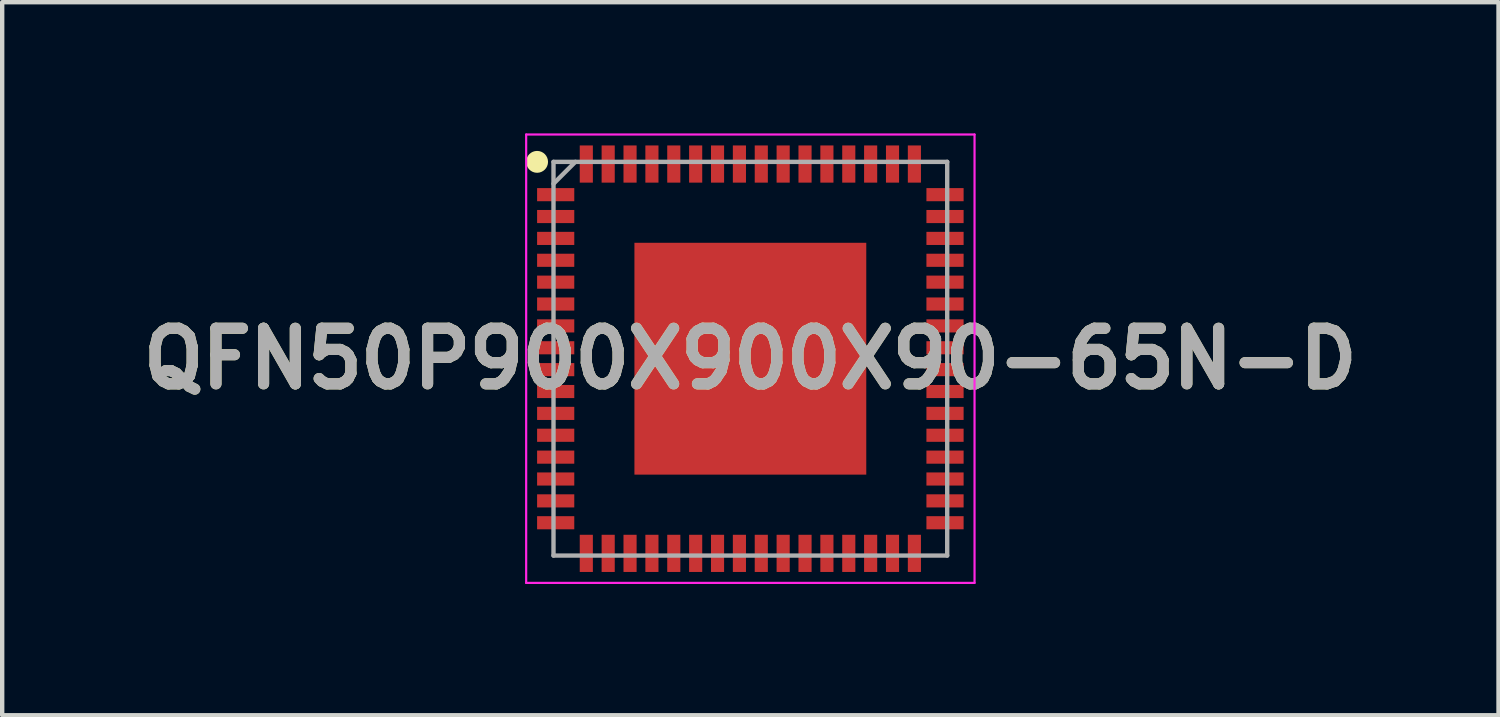
<source format=kicad_pcb>
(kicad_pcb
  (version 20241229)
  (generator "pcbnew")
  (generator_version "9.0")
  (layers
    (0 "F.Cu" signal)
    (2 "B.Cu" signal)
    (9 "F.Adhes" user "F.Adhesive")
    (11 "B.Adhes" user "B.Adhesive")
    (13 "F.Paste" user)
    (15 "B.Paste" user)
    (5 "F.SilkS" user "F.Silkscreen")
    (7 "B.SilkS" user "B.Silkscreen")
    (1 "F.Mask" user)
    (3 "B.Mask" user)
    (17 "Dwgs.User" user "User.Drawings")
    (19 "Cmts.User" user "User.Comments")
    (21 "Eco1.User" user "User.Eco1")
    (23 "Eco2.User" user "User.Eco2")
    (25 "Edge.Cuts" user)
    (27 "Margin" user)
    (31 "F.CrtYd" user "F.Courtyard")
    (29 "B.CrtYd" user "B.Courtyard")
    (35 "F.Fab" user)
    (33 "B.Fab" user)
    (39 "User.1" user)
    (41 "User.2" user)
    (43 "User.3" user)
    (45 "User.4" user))
  (footprint "QFN50P900X900X90-65N-D"
    (layer "F.Cu")
    (at 14.103 5.15)
    (property "Reference" "QFN50P900X900X90-65N-D" (at 0 0 0) (layer "F.SilkS") (effects (font (size 1.27 1.27) (thickness 0.254))))
    (attr smd)
    (fp_circle (center -4.875 -4.5) (end -4.875 -4.375) (stroke (width 0.25) (type solid)) (fill no) (layer "F.SilkS"))
    (fp_line (start -5.125 -5.125) (end 5.125 -5.125) (stroke (width 0.05) (type solid)) (layer "F.CrtYd"))
    (fp_line (start -5.125 5.125) (end -5.125 -5.125) (stroke (width 0.05) (type solid)) (layer "F.CrtYd"))
    (fp_line (start 5.125 -5.125) (end 5.125 5.125) (stroke (width 0.05) (type solid)) (layer "F.CrtYd"))
    (fp_line (start 5.125 5.125) (end -5.125 5.125) (stroke (width 0.05) (type solid)) (layer "F.CrtYd"))
    (fp_line (start -4.5 -4.5) (end 4.5 -4.5) (stroke (width 0.1) (type solid)) (layer "F.Fab"))
    (fp_line (start -4.5 -4) (end -4 -4.5) (stroke (width 0.1) (type solid)) (layer "F.Fab"))
    (fp_line (start -4.5 4.5) (end -4.5 -4.5) (stroke (width 0.1) (type solid)) (layer "F.Fab"))
    (fp_line (start 4.5 -4.5) (end 4.5 4.5) (stroke (width 0.1) (type solid)) (layer "F.Fab"))
    (fp_line (start 4.5 4.5) (end -4.5 4.5) (stroke (width 0.1) (type solid)) (layer "F.Fab"))
    (fp_text user "${REFERENCE}" (at 0 0 0) (layer "F.Fab") (effects (font (size 1.27 1.27) (thickness 0.254))))
    (pad "1" smd rect (at -4.45 -3.75 90) (size 0.3 0.85) (layers "F.Cu" "F.Mask" "F.Paste"))
    (pad "2" smd rect (at -4.45 -3.25 90) (size 0.3 0.85) (layers "F.Cu" "F.Mask" "F.Paste"))
    (pad "3" smd rect (at -4.45 -2.75 90) (size 0.3 0.85) (layers "F.Cu" "F.Mask" "F.Paste"))
    (pad "4" smd rect (at -4.45 -2.25 90) (size 0.3 0.85) (layers "F.Cu" "F.Mask" "F.Paste"))
    (pad "5" smd rect (at -4.45 -1.75 90) (size 0.3 0.85) (layers "F.Cu" "F.Mask" "F.Paste"))
    (pad "6" smd rect (at -4.45 -1.25 90) (size 0.3 0.85) (layers "F.Cu" "F.Mask" "F.Paste"))
    (pad "7" smd rect (at -4.45 -0.75 90) (size 0.3 0.85) (layers "F.Cu" "F.Mask" "F.Paste"))
    (pad "8" smd rect (at -4.45 -0.25 90) (size 0.3 0.85) (layers "F.Cu" "F.Mask" "F.Paste"))
    (pad "9" smd rect (at -4.45 0.25 90) (size 0.3 0.85) (layers "F.Cu" "F.Mask" "F.Paste"))
    (pad "10" smd rect (at -4.45 0.75 90) (size 0.3 0.85) (layers "F.Cu" "F.Mask" "F.Paste"))
    (pad "11" smd rect (at -4.45 1.25 90) (size 0.3 0.85) (layers "F.Cu" "F.Mask" "F.Paste"))
    (pad "12" smd rect (at -4.45 1.75 90) (size 0.3 0.85) (layers "F.Cu" "F.Mask" "F.Paste"))
    (pad "13" smd rect (at -4.45 2.25 90) (size 0.3 0.85) (layers "F.Cu" "F.Mask" "F.Paste"))
    (pad "14" smd rect (at -4.45 2.75 90) (size 0.3 0.85) (layers "F.Cu" "F.Mask" "F.Paste"))
    (pad "15" smd rect (at -4.45 3.25 90) (size 0.3 0.85) (layers "F.Cu" "F.Mask" "F.Paste"))
    (pad "16" smd rect (at -4.45 3.75 90) (size 0.3 0.85) (layers "F.Cu" "F.Mask" "F.Paste"))
    (pad "17" smd rect (at -3.75 4.45) (size 0.3 0.85) (layers "F.Cu" "F.Mask" "F.Paste"))
    (pad "18" smd rect (at -3.25 4.45) (size 0.3 0.85) (layers "F.Cu" "F.Mask" "F.Paste"))
    (pad "19" smd rect (at -2.75 4.45) (size 0.3 0.85) (layers "F.Cu" "F.Mask" "F.Paste"))
    (pad "20" smd rect (at -2.25 4.45) (size 0.3 0.85) (layers "F.Cu" "F.Mask" "F.Paste"))
    (pad "21" smd rect (at -1.75 4.45) (size 0.3 0.85) (layers "F.Cu" "F.Mask" "F.Paste"))
    (pad "22" smd rect (at -1.25 4.45) (size 0.3 0.85) (layers "F.Cu" "F.Mask" "F.Paste"))
    (pad "23" smd rect (at -0.75 4.45) (size 0.3 0.85) (layers "F.Cu" "F.Mask" "F.Paste"))
    (pad "24" smd rect (at -0.25 4.45) (size 0.3 0.85) (layers "F.Cu" "F.Mask" "F.Paste"))
    (pad "25" smd rect (at 0.25 4.45) (size 0.3 0.85) (layers "F.Cu" "F.Mask" "F.Paste"))
    (pad "26" smd rect (at 0.75 4.45) (size 0.3 0.85) (layers "F.Cu" "F.Mask" "F.Paste"))
    (pad "27" smd rect (at 1.25 4.45) (size 0.3 0.85) (layers "F.Cu" "F.Mask" "F.Paste"))
    (pad "28" smd rect (at 1.75 4.45) (size 0.3 0.85) (layers "F.Cu" "F.Mask" "F.Paste"))
    (pad "29" smd rect (at 2.25 4.45) (size 0.3 0.85) (layers "F.Cu" "F.Mask" "F.Paste"))
    (pad "30" smd rect (at 2.75 4.45) (size 0.3 0.85) (layers "F.Cu" "F.Mask" "F.Paste"))
    (pad "31" smd rect (at 3.25 4.45) (size 0.3 0.85) (layers "F.Cu" "F.Mask" "F.Paste"))
    (pad "32" smd rect (at 3.75 4.45) (size 0.3 0.85) (layers "F.Cu" "F.Mask" "F.Paste"))
    (pad "33" smd rect (at 4.45 3.75 90) (size 0.3 0.85) (layers "F.Cu" "F.Mask" "F.Paste"))
    (pad "34" smd rect (at 4.45 3.25 90) (size 0.3 0.85) (layers "F.Cu" "F.Mask" "F.Paste"))
    (pad "35" smd rect (at 4.45 2.75 90) (size 0.3 0.85) (layers "F.Cu" "F.Mask" "F.Paste"))
    (pad "36" smd rect (at 4.45 2.25 90) (size 0.3 0.85) (layers "F.Cu" "F.Mask" "F.Paste"))
    (pad "37" smd rect (at 4.45 1.75 90) (size 0.3 0.85) (layers "F.Cu" "F.Mask" "F.Paste"))
    (pad "38" smd rect (at 4.45 1.25 90) (size 0.3 0.85) (layers "F.Cu" "F.Mask" "F.Paste"))
    (pad "39" smd rect (at 4.45 0.75 90) (size 0.3 0.85) (layers "F.Cu" "F.Mask" "F.Paste"))
    (pad "40" smd rect (at 4.45 0.25 90) (size 0.3 0.85) (layers "F.Cu" "F.Mask" "F.Paste"))
    (pad "41" smd rect (at 4.45 -0.25 90) (size 0.3 0.85) (layers "F.Cu" "F.Mask" "F.Paste"))
    (pad "42" smd rect (at 4.45 -0.75 90) (size 0.3 0.85) (layers "F.Cu" "F.Mask" "F.Paste"))
    (pad "43" smd rect (at 4.45 -1.25 90) (size 0.3 0.85) (layers "F.Cu" "F.Mask" "F.Paste"))
    (pad "44" smd rect (at 4.45 -1.75 90) (size 0.3 0.85) (layers "F.Cu" "F.Mask" "F.Paste"))
    (pad "45" smd rect (at 4.45 -2.25 90) (size 0.3 0.85) (layers "F.Cu" "F.Mask" "F.Paste"))
    (pad "46" smd rect (at 4.45 -2.75 90) (size 0.3 0.85) (layers "F.Cu" "F.Mask" "F.Paste"))
    (pad "47" smd rect (at 4.45 -3.25 90) (size 0.3 0.85) (layers "F.Cu" "F.Mask" "F.Paste"))
    (pad "48" smd rect (at 4.45 -3.75 90) (size 0.3 0.85) (layers "F.Cu" "F.Mask" "F.Paste"))
    (pad "49" smd rect (at 3.75 -4.45) (size 0.3 0.85) (layers "F.Cu" "F.Mask" "F.Paste"))
    (pad "50" smd rect (at 3.25 -4.45) (size 0.3 0.85) (layers "F.Cu" "F.Mask" "F.Paste"))
    (pad "51" smd rect (at 2.75 -4.45) (size 0.3 0.85) (layers "F.Cu" "F.Mask" "F.Paste"))
    (pad "52" smd rect (at 2.25 -4.45) (size 0.3 0.85) (layers "F.Cu" "F.Mask" "F.Paste"))
    (pad "53" smd rect (at 1.75 -4.45) (size 0.3 0.85) (layers "F.Cu" "F.Mask" "F.Paste"))
    (pad "54" smd rect (at 1.25 -4.45) (size 0.3 0.85) (layers "F.Cu" "F.Mask" "F.Paste"))
    (pad "55" smd rect (at 0.75 -4.45) (size 0.3 0.85) (layers "F.Cu" "F.Mask" "F.Paste"))
    (pad "56" smd rect (at 0.25 -4.45) (size 0.3 0.85) (layers "F.Cu" "F.Mask" "F.Paste"))
    (pad "57" smd rect (at -0.25 -4.45) (size 0.3 0.85) (layers "F.Cu" "F.Mask" "F.Paste"))
    (pad "58" smd rect (at -0.75 -4.45) (size 0.3 0.85) (layers "F.Cu" "F.Mask" "F.Paste"))
    (pad "59" smd rect (at -1.25 -4.45) (size 0.3 0.85) (layers "F.Cu" "F.Mask" "F.Paste"))
    (pad "60" smd rect (at -1.75 -4.45) (size 0.3 0.85) (layers "F.Cu" "F.Mask" "F.Paste"))
    (pad "61" smd rect (at -2.25 -4.45) (size 0.3 0.85) (layers "F.Cu" "F.Mask" "F.Paste"))
    (pad "62" smd rect (at -2.75 -4.45) (size 0.3 0.85) (layers "F.Cu" "F.Mask" "F.Paste"))
    (pad "63" smd rect (at -3.25 -4.45) (size 0.3 0.85) (layers "F.Cu" "F.Mask" "F.Paste"))
    (pad "64" smd rect (at -3.75 -4.45) (size 0.3 0.85) (layers "F.Cu" "F.Mask" "F.Paste"))
    (pad "65" smd rect (at 0 0) (size 5.3 5.3) (layers "F.Cu" "F.Mask" "F.Paste")))
  (gr_rect
    (start -3 -3)
    (end 31.206 13.3)
    (stroke (width 0.1) (type default))
    (fill no)
    (layer "Edge.Cuts")))
</source>
